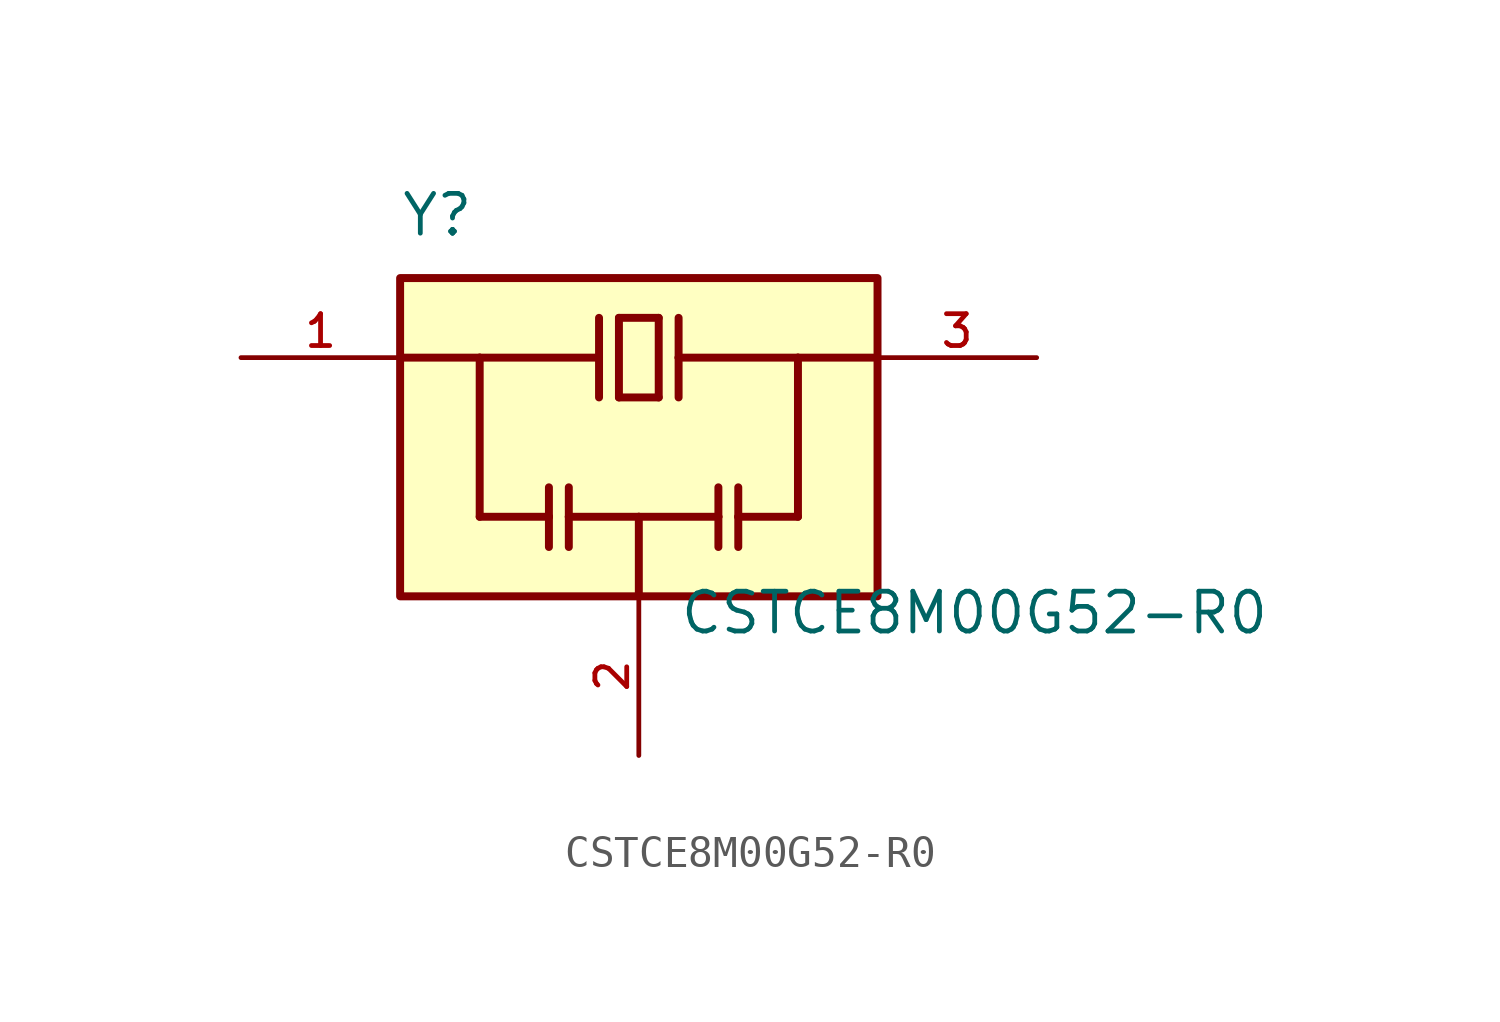
<source format=kicad_sym>
(kicad_symbol_lib
  (version 20211014)
  (generator kicad_symbol_editor)
  (symbol "CSTCE8M00G52-R0"
    (pin_names
      (offset 1.016) hide)
    (property "Reference" "Y"
      (at -7.62 6.35 0)
      (effects (font (size 1.27 1.27)) (justify left bottom)))
    (property "Value" "CSTCE8M00G52-R0"
      (at 1.27 -6.35 0)
      (effects (font (size 1.27 1.27)) (justify left bottom)))
    (property "ki_locked" ""
      (at 0 0 0)
      (effects (font (size 1.27 1.27))))
    (symbol "CSTCE8M00G52-R0_0_0"
      (rectangle (start -7.62 -5.08) (end 7.62 5.08) (stroke (width 0.254) (type default) (color 0 0 0 0)) (fill (type background)))
      (polyline (pts (xy -7.62 2.54) (xy -5.08 2.54)) (stroke (width 0.254) (type default) (color 0 0 0 0)) (fill (type none)))
      (polyline (pts (xy -5.08 -2.54) (xy -5.08 2.54)) (stroke (width 0.254) (type default) (color 0 0 0 0)) (fill (type none)))
      (polyline (pts (xy -5.08 2.54) (xy -1.27 2.54)) (stroke (width 0.254) (type default) (color 0 0 0 0)) (fill (type none)))
      (polyline (pts (xy -2.87 -2.54) (xy -5.08 -2.54)) (stroke (width 0.254) (type default) (color 0 0 0 0)) (fill (type none)))
      (polyline (pts (xy -2.87 -2.54) (xy -2.87 -3.505)) (stroke (width 0.254) (type default) (color 0 0 0 0)) (fill (type none)))
      (polyline (pts (xy -2.87 -1.6) (xy -2.87 -2.54)) (stroke (width 0.254) (type default) (color 0 0 0 0)) (fill (type none)))
      (polyline (pts (xy -2.235 -2.54) (xy -2.235 -3.505)) (stroke (width 0.254) (type default) (color 0 0 0 0)) (fill (type none)))
      (polyline (pts (xy -2.235 -1.6) (xy -2.235 -2.54)) (stroke (width 0.254) (type default) (color 0 0 0 0)) (fill (type none)))
      (polyline (pts (xy -1.27 2.54) (xy -1.27 1.27)) (stroke (width 0.254) (type default) (color 0 0 0 0)) (fill (type none)))
      (polyline (pts (xy -1.27 3.81) (xy -1.27 2.54)) (stroke (width 0.254) (type default) (color 0 0 0 0)) (fill (type none)))
      (polyline (pts (xy -0.635 1.27) (xy -0.635 3.81)) (stroke (width 0.254) (type default) (color 0 0 0 0)) (fill (type none)))
      (polyline (pts (xy -0.635 3.81) (xy 0.635 3.81)) (stroke (width 0.254) (type default) (color 0 0 0 0)) (fill (type none)))
      (polyline (pts (xy 0 -5.08) (xy 0 -2.54)) (stroke (width 0.254) (type default) (color 0 0 0 0)) (fill (type none)))
      (polyline (pts (xy 0 -2.54) (xy -2.235 -2.54)) (stroke (width 0.254) (type default) (color 0 0 0 0)) (fill (type none)))
      (polyline (pts (xy 0 -2.54) (xy 2.54 -2.54)) (stroke (width 0.254) (type default) (color 0 0 0 0)) (fill (type none)))
      (polyline (pts (xy 0.635 1.27) (xy -0.635 1.27)) (stroke (width 0.254) (type default) (color 0 0 0 0)) (fill (type none)))
      (polyline (pts (xy 0.635 3.81) (xy 0.635 1.27)) (stroke (width 0.254) (type default) (color 0 0 0 0)) (fill (type none)))
      (polyline (pts (xy 1.27 2.54) (xy 1.27 1.27)) (stroke (width 0.254) (type default) (color 0 0 0 0)) (fill (type none)))
      (polyline (pts (xy 1.27 2.54) (xy 5.08 2.54)) (stroke (width 0.254) (type default) (color 0 0 0 0)) (fill (type none)))
      (polyline (pts (xy 1.27 3.81) (xy 1.27 2.54)) (stroke (width 0.254) (type default) (color 0 0 0 0)) (fill (type none)))
      (polyline (pts (xy 2.54 -2.54) (xy 2.54 -3.505)) (stroke (width 0.254) (type default) (color 0 0 0 0)) (fill (type none)))
      (polyline (pts (xy 2.54 -1.6) (xy 2.54 -2.54)) (stroke (width 0.254) (type default) (color 0 0 0 0)) (fill (type none)))
      (polyline (pts (xy 3.175 -2.54) (xy 3.175 -3.505)) (stroke (width 0.254) (type default) (color 0 0 0 0)) (fill (type none)))
      (polyline (pts (xy 3.175 -2.54) (xy 5.08 -2.54)) (stroke (width 0.254) (type default) (color 0 0 0 0)) (fill (type none)))
      (polyline (pts (xy 3.175 -1.6) (xy 3.175 -2.54)) (stroke (width 0.254) (type default) (color 0 0 0 0)) (fill (type none)))
      (polyline (pts (xy 5.08 -2.54) (xy 5.08 2.54)) (stroke (width 0.254) (type default) (color 0 0 0 0)) (fill (type none)))
      (polyline (pts (xy 5.08 2.54) (xy 7.62 2.54)) (stroke (width 0.254) (type default) (color 0 0 0 0)) (fill (type none)))
      (pin bidirectional line (at -12.7 2.54 0) (length 5.08) (name "~" (effects (font (size 1.016 1.016)))) (number "1" (effects (font (size 1.016 1.016)))))
      (pin power_in line (at 0 -10.16 90) (length 5.08) (name "~" (effects (font (size 1.016 1.016)))) (number "2" (effects (font (size 1.016 1.016)))))
      (pin bidirectional line (at 12.7 2.54 180) (length 5.08) (name "~" (effects (font (size 1.016 1.016)))) (number "3" (effects (font (size 1.016 1.016))))))))
</source>
